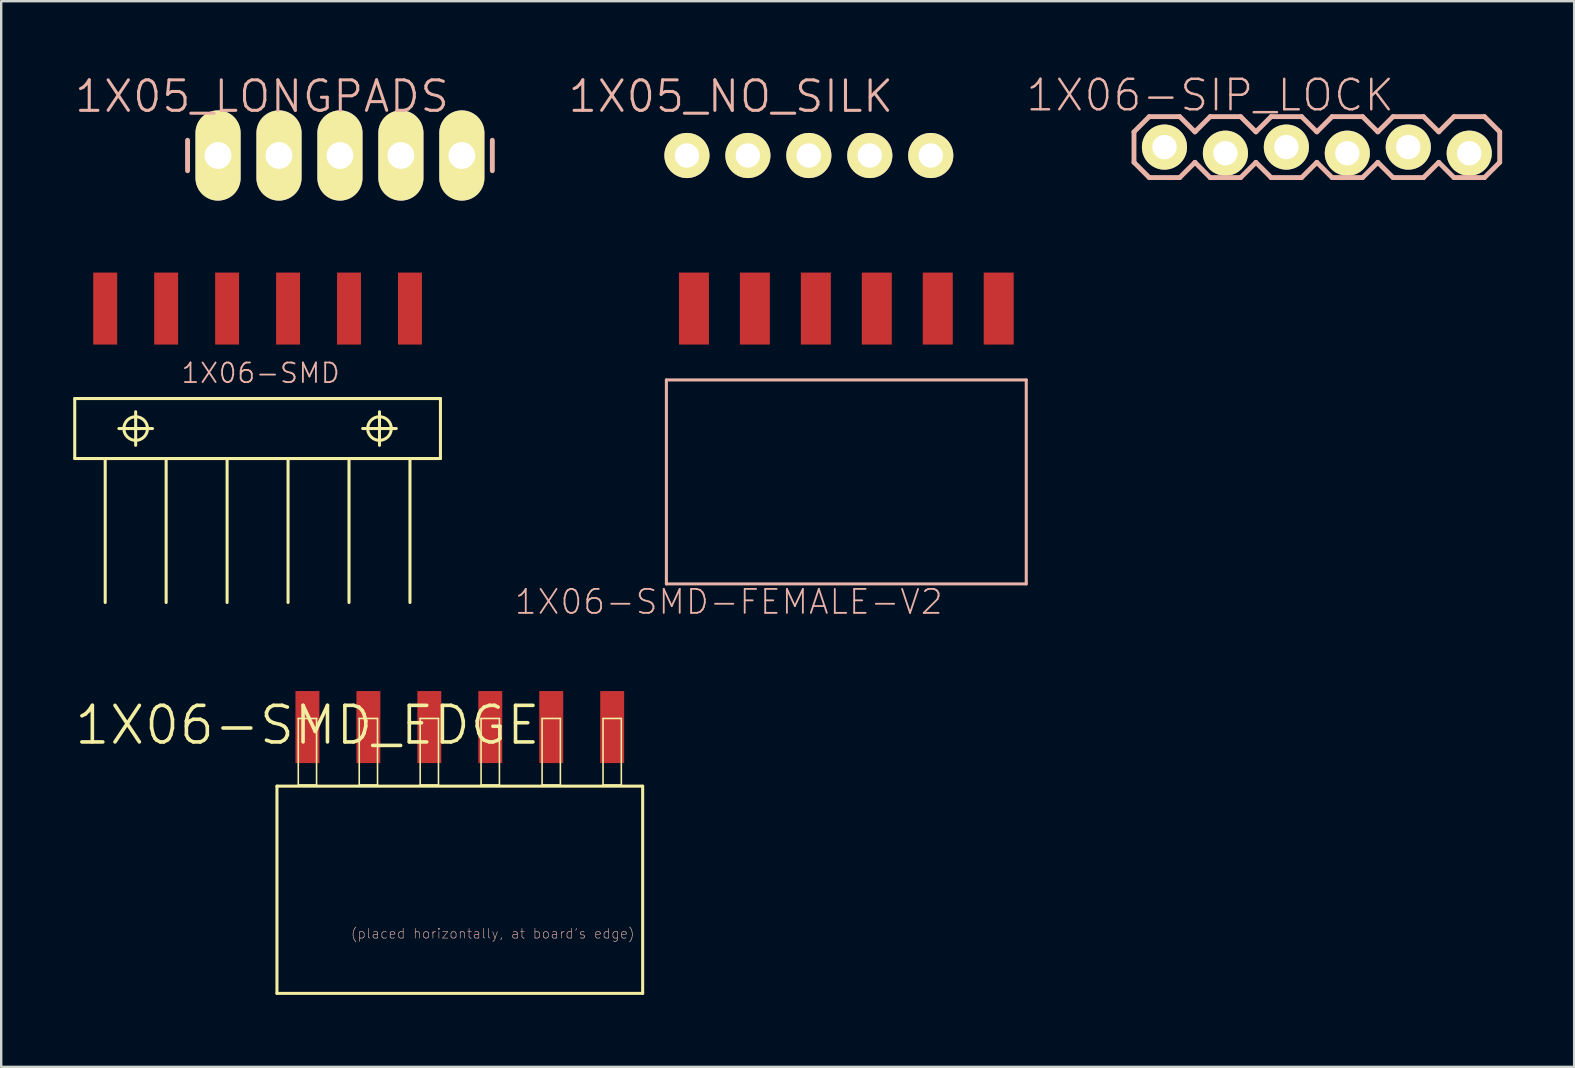
<source format=kicad_pcb>
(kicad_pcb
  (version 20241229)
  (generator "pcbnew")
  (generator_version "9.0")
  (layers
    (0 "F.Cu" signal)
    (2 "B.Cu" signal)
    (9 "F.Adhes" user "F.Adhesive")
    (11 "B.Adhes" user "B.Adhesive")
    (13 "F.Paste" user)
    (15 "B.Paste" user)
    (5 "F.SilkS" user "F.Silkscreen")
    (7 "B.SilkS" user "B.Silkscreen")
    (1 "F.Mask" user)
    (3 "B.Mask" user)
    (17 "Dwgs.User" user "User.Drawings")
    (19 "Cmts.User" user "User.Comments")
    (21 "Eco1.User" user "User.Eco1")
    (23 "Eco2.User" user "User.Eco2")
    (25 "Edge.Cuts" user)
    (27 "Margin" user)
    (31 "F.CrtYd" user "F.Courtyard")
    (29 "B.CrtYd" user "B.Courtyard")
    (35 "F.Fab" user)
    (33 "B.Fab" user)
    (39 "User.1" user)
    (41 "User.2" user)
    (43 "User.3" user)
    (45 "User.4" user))
  (footprint "1X05_NO_SILK"
    (layer "F.Cu")
    (at 25.576 3.43)
    (property "Reference" "1X05_NO_SILK" (at 1.829 -2.464 0) (layer "B.SilkS") (effects (font (size 1.27 1.27) (thickness 0.127))))
    (attr exclude_from_pos_files exclude_from_bom)
    (fp_line (start -0.254 -0.254) (end 0.254 -0.254) (stroke (width 0.066) (type solid)) (layer "F.SilkS"))
    (fp_line (start -0.254 0.254) (end -0.254 -0.254) (stroke (width 0.066) (type solid)) (layer "F.SilkS"))
    (fp_line (start -0.254 0.254) (end 0.254 0.254) (stroke (width 0.066) (type solid)) (layer "F.SilkS"))
    (fp_line (start 0.254 0.254) (end 0.254 -0.254) (stroke (width 0.066) (type solid)) (layer "F.SilkS"))
    (fp_line (start 2.286 -0.254) (end 2.794 -0.254) (stroke (width 0.066) (type solid)) (layer "F.SilkS"))
    (fp_line (start 2.286 0.254) (end 2.286 -0.254) (stroke (width 0.066) (type solid)) (layer "F.SilkS"))
    (fp_line (start 2.286 0.254) (end 2.794 0.254) (stroke (width 0.066) (type solid)) (layer "F.SilkS"))
    (fp_line (start 2.794 0.254) (end 2.794 -0.254) (stroke (width 0.066) (type solid)) (layer "F.SilkS"))
    (fp_line (start 4.826 -0.254) (end 5.334 -0.254) (stroke (width 0.066) (type solid)) (layer "F.SilkS"))
    (fp_line (start 4.826 0.254) (end 4.826 -0.254) (stroke (width 0.066) (type solid)) (layer "F.SilkS"))
    (fp_line (start 4.826 0.254) (end 5.334 0.254) (stroke (width 0.066) (type solid)) (layer "F.SilkS"))
    (fp_line (start 5.334 0.254) (end 5.334 -0.254) (stroke (width 0.066) (type solid)) (layer "F.SilkS"))
    (fp_line (start 7.366 -0.254) (end 7.874 -0.254) (stroke (width 0.066) (type solid)) (layer "F.SilkS"))
    (fp_line (start 7.366 0.254) (end 7.366 -0.254) (stroke (width 0.066) (type solid)) (layer "F.SilkS"))
    (fp_line (start 7.366 0.254) (end 7.874 0.254) (stroke (width 0.066) (type solid)) (layer "F.SilkS"))
    (fp_line (start 7.874 0.254) (end 7.874 -0.254) (stroke (width 0.066) (type solid)) (layer "F.SilkS"))
    (fp_line (start 9.906 -0.254) (end 10.414 -0.254) (stroke (width 0.066) (type solid)) (layer "F.SilkS"))
    (fp_line (start 9.906 0.254) (end 9.906 -0.254) (stroke (width 0.066) (type solid)) (layer "F.SilkS"))
    (fp_line (start 9.906 0.254) (end 10.414 0.254) (stroke (width 0.066) (type solid)) (layer "F.SilkS"))
    (fp_line (start 10.414 0.254) (end 10.414 -0.254) (stroke (width 0.066) (type solid)) (layer "F.SilkS"))
    (pad "1" thru_hole circle (at 0 0) (size 1.88 1.88) (drill 1.016) (layers "*.Cu" "F.Mask" "F.SilkS" "F.Paste"))
    (pad "2" thru_hole circle (at 2.54 0) (size 1.88 1.88) (drill 1.016) (layers "*.Cu" "F.Mask" "F.SilkS" "F.Paste"))
    (pad "3" thru_hole circle (at 5.08 0) (size 1.88 1.88) (drill 1.016) (layers "*.Cu" "F.Mask" "F.SilkS" "F.Paste"))
    (pad "4" thru_hole circle (at 7.62 0) (size 1.88 1.88) (drill 1.016) (layers "*.Cu" "F.Mask" "F.SilkS" "F.Paste"))
    (pad "5" thru_hole circle (at 10.16 0) (size 1.88 1.88) (drill 1.016) (layers "*.Cu" "F.Mask" "F.SilkS" "F.Paste")))
  (footprint "1X06-SMD"
    (layer "F.Cu")
    (at 7.684 14.808)
    (property "Reference" "1X06-SMD" (at 0.127 -2.311 0) (layer "B.SilkS") (effects (font (size 0.813 0.813) (thickness 0.076))))
    (attr smd)
    (fp_line (start -7.62 -1.25) (end -7.62 1.25) (stroke (width 0.127) (type solid)) (layer "F.SilkS"))
    (fp_line (start -7.62 1.25) (end -6.35 1.25) (stroke (width 0.127) (type solid)) (layer "F.SilkS"))
    (fp_line (start -6.35 1.25) (end -6.35 7.249) (stroke (width 0.127) (type solid)) (layer "F.SilkS"))
    (fp_line (start -6.35 1.25) (end -3.81 1.25) (stroke (width 0.127) (type solid)) (layer "F.SilkS"))
    (fp_line (start -5.779 0) (end -4.379 0) (stroke (width 0.127) (type solid)) (layer "F.SilkS"))
    (fp_line (start -5.08 0.699) (end -5.08 -0.699) (stroke (width 0.127) (type solid)) (layer "F.SilkS"))
    (fp_line (start -3.81 1.25) (end -3.81 7.249) (stroke (width 0.127) (type solid)) (layer "F.SilkS"))
    (fp_line (start -3.81 1.25) (end -1.27 1.25) (stroke (width 0.127) (type solid)) (layer "F.SilkS"))
    (fp_line (start -1.27 1.25) (end -1.27 7.249) (stroke (width 0.127) (type solid)) (layer "F.SilkS"))
    (fp_line (start -1.27 1.25) (end 1.27 1.25) (stroke (width 0.127) (type solid)) (layer "F.SilkS"))
    (fp_line (start 1.27 1.25) (end 1.27 7.249) (stroke (width 0.127) (type solid)) (layer "F.SilkS"))
    (fp_line (start 1.27 1.25) (end 3.81 1.25) (stroke (width 0.127) (type solid)) (layer "F.SilkS"))
    (fp_line (start 3.81 1.25) (end 3.81 7.249) (stroke (width 0.127) (type solid)) (layer "F.SilkS"))
    (fp_line (start 3.81 1.25) (end 6.35 1.25) (stroke (width 0.127) (type solid)) (layer "F.SilkS"))
    (fp_line (start 4.379 0) (end 5.779 0) (stroke (width 0.127) (type solid)) (layer "F.SilkS"))
    (fp_line (start 5.08 0.699) (end 5.08 -0.699) (stroke (width 0.127) (type solid)) (layer "F.SilkS"))
    (fp_line (start 6.35 1.25) (end 6.35 7.249) (stroke (width 0.127) (type solid)) (layer "F.SilkS"))
    (fp_line (start 6.35 1.25) (end 7.62 1.25) (stroke (width 0.127) (type solid)) (layer "F.SilkS"))
    (fp_line (start 7.62 -1.25) (end -7.62 -1.25) (stroke (width 0.127) (type solid)) (layer "F.SilkS"))
    (fp_line (start 7.62 1.25) (end 7.62 -1.25) (stroke (width 0.127) (type solid)) (layer "F.SilkS"))
    (fp_circle (center -5.08 0) (end -5.428 0.348) (stroke (width 0.127) (type solid)) (fill no) (layer "F.SilkS"))
    (fp_circle (center 5.08 0) (end 5.428 0.348) (stroke (width 0.127) (type solid)) (fill no) (layer "F.SilkS"))
    (pad "1" smd rect (at -6.35 -4.999 90) (size 3 0.998) (layers "F.Cu" "F.Mask" "F.Paste"))
    (pad "2" smd rect (at -3.81 -4.999 90) (size 3 0.998) (layers "F.Cu" "F.Mask" "F.Paste"))
    (pad "3" smd rect (at -1.27 -4.999 90) (size 3 0.998) (layers "F.Cu" "F.Mask" "F.Paste"))
    (pad "4" smd rect (at 1.27 -4.999 90) (size 3 0.998) (layers "F.Cu" "F.Mask" "F.Paste"))
    (pad "5" smd rect (at 3.81 -4.999 90) (size 3 0.998) (layers "F.Cu" "F.Mask" "F.Paste"))
    (pad "6" smd rect (at 6.35 -4.999 90) (size 3 0.998) (layers "F.Cu" "F.Mask" "F.Paste")))
  (footprint "1X06-SIP_LOCK"
    (layer "F.Cu")
    (at 45.476 3.08)
    (property "Reference" "1X06-SIP_LOCK" (at 1.905 -2.159 0) (layer "B.SilkS") (effects (font (size 1.27 1.27) (thickness 0.102))))
    (attr exclude_from_pos_files exclude_from_bom)
    (fp_line (start -0.292 -0.165) (end 0.292 -0.165) (stroke (width 0.066) (type solid)) (layer "F.SilkS"))
    (fp_line (start -0.292 0.419) (end -0.292 -0.165) (stroke (width 0.066) (type solid)) (layer "F.SilkS"))
    (fp_line (start -0.292 0.419) (end 0.292 0.419) (stroke (width 0.066) (type solid)) (layer "F.SilkS"))
    (fp_line (start 0.292 0.419) (end 0.292 -0.165) (stroke (width 0.066) (type solid)) (layer "F.SilkS"))
    (fp_line (start 2.248 -0.165) (end 2.832 -0.165) (stroke (width 0.066) (type solid)) (layer "F.SilkS"))
    (fp_line (start 2.248 0.419) (end 2.248 -0.165) (stroke (width 0.066) (type solid)) (layer "F.SilkS"))
    (fp_line (start 2.248 0.419) (end 2.832 0.419) (stroke (width 0.066) (type solid)) (layer "F.SilkS"))
    (fp_line (start 2.832 0.419) (end 2.832 -0.165) (stroke (width 0.066) (type solid)) (layer "F.SilkS"))
    (fp_line (start 4.788 -0.165) (end 5.372 -0.165) (stroke (width 0.066) (type solid)) (layer "F.SilkS"))
    (fp_line (start 4.788 0.419) (end 4.788 -0.165) (stroke (width 0.066) (type solid)) (layer "F.SilkS"))
    (fp_line (start 4.788 0.419) (end 5.372 0.419) (stroke (width 0.066) (type solid)) (layer "F.SilkS"))
    (fp_line (start 5.372 0.419) (end 5.372 -0.165) (stroke (width 0.066) (type solid)) (layer "F.SilkS"))
    (fp_line (start 7.328 -0.165) (end 7.912 -0.165) (stroke (width 0.066) (type solid)) (layer "F.SilkS"))
    (fp_line (start 7.328 0.419) (end 7.328 -0.165) (stroke (width 0.066) (type solid)) (layer "F.SilkS"))
    (fp_line (start 7.328 0.419) (end 7.912 0.419) (stroke (width 0.066) (type solid)) (layer "F.SilkS"))
    (fp_line (start 7.912 0.419) (end 7.912 -0.165) (stroke (width 0.066) (type solid)) (layer "F.SilkS"))
    (fp_line (start 9.868 -0.165) (end 10.452 -0.165) (stroke (width 0.066) (type solid)) (layer "F.SilkS"))
    (fp_line (start 9.868 0.419) (end 9.868 -0.165) (stroke (width 0.066) (type solid)) (layer "F.SilkS"))
    (fp_line (start 9.868 0.419) (end 10.452 0.419) (stroke (width 0.066) (type solid)) (layer "F.SilkS"))
    (fp_line (start 10.452 0.419) (end 10.452 -0.165) (stroke (width 0.066) (type solid)) (layer "F.SilkS"))
    (fp_line (start 12.408 -0.165) (end 12.992 -0.165) (stroke (width 0.066) (type solid)) (layer "F.SilkS"))
    (fp_line (start 12.408 0.419) (end 12.408 -0.165) (stroke (width 0.066) (type solid)) (layer "F.SilkS"))
    (fp_line (start 12.408 0.419) (end 12.992 0.419) (stroke (width 0.066) (type solid)) (layer "F.SilkS"))
    (fp_line (start 12.992 0.419) (end 12.992 -0.165) (stroke (width 0.066) (type solid)) (layer "F.SilkS"))
    (fp_line (start -1.27 -0.635) (end -1.27 0.635) (stroke (width 0.203) (type solid)) (layer "B.SilkS"))
    (fp_line (start -1.27 0.635) (end -0.635 1.27) (stroke (width 0.203) (type solid)) (layer "B.SilkS"))
    (fp_line (start -0.635 -1.27) (end -1.27 -0.635) (stroke (width 0.203) (type solid)) (layer "B.SilkS"))
    (fp_line (start -0.635 -1.27) (end 0.635 -1.27) (stroke (width 0.203) (type solid)) (layer "B.SilkS"))
    (fp_line (start 0.635 -1.27) (end 1.27 -0.635) (stroke (width 0.203) (type solid)) (layer "B.SilkS"))
    (fp_line (start 0.635 1.27) (end -0.635 1.27) (stroke (width 0.203) (type solid)) (layer "B.SilkS"))
    (fp_line (start 1.27 -0.635) (end 1.905 -1.27) (stroke (width 0.203) (type solid)) (layer "B.SilkS"))
    (fp_line (start 1.27 0.635) (end 0.635 1.27) (stroke (width 0.203) (type solid)) (layer "B.SilkS"))
    (fp_line (start 1.905 -1.27) (end 3.175 -1.27) (stroke (width 0.203) (type solid)) (layer "B.SilkS"))
    (fp_line (start 1.905 1.27) (end 1.27 0.635) (stroke (width 0.203) (type solid)) (layer "B.SilkS"))
    (fp_line (start 3.175 -1.27) (end 3.81 -0.635) (stroke (width 0.203) (type solid)) (layer "B.SilkS"))
    (fp_line (start 3.175 1.27) (end 1.905 1.27) (stroke (width 0.203) (type solid)) (layer "B.SilkS"))
    (fp_line (start 3.81 -0.635) (end 4.445 -1.27) (stroke (width 0.203) (type solid)) (layer "B.SilkS"))
    (fp_line (start 3.81 0.635) (end 3.175 1.27) (stroke (width 0.203) (type solid)) (layer "B.SilkS"))
    (fp_line (start 4.445 -1.27) (end 5.715 -1.27) (stroke (width 0.203) (type solid)) (layer "B.SilkS"))
    (fp_line (start 4.445 1.27) (end 3.81 0.635) (stroke (width 0.203) (type solid)) (layer "B.SilkS"))
    (fp_line (start 5.715 -1.27) (end 6.35 -0.635) (stroke (width 0.203) (type solid)) (layer "B.SilkS"))
    (fp_line (start 5.715 1.27) (end 4.445 1.27) (stroke (width 0.203) (type solid)) (layer "B.SilkS"))
    (fp_line (start 6.35 0.635) (end 5.715 1.27) (stroke (width 0.203) (type solid)) (layer "B.SilkS"))
    (fp_line (start 6.35 0.635) (end 6.985 1.27) (stroke (width 0.203) (type solid)) (layer "B.SilkS"))
    (fp_line (start 6.985 -1.27) (end 6.35 -0.635) (stroke (width 0.203) (type solid)) (layer "B.SilkS"))
    (fp_line (start 6.985 -1.27) (end 8.255 -1.27) (stroke (width 0.203) (type solid)) (layer "B.SilkS"))
    (fp_line (start 8.255 -1.27) (end 8.89 -0.635) (stroke (width 0.203) (type solid)) (layer "B.SilkS"))
    (fp_line (start 8.255 1.27) (end 6.985 1.27) (stroke (width 0.203) (type solid)) (layer "B.SilkS"))
    (fp_line (start 8.89 -0.635) (end 9.525 -1.27) (stroke (width 0.203) (type solid)) (layer "B.SilkS"))
    (fp_line (start 8.89 0.635) (end 8.255 1.27) (stroke (width 0.203) (type solid)) (layer "B.SilkS"))
    (fp_line (start 9.525 -1.27) (end 10.795 -1.27) (stroke (width 0.203) (type solid)) (layer "B.SilkS"))
    (fp_line (start 9.525 1.27) (end 8.89 0.635) (stroke (width 0.203) (type solid)) (layer "B.SilkS"))
    (fp_line (start 10.795 -1.27) (end 11.43 -0.635) (stroke (width 0.203) (type solid)) (layer "B.SilkS"))
    (fp_line (start 10.795 1.27) (end 9.525 1.27) (stroke (width 0.203) (type solid)) (layer "B.SilkS"))
    (fp_line (start 11.43 -0.635) (end 12.065 -1.27) (stroke (width 0.203) (type solid)) (layer "B.SilkS"))
    (fp_line (start 11.43 0.635) (end 10.795 1.27) (stroke (width 0.203) (type solid)) (layer "B.SilkS"))
    (fp_line (start 12.065 -1.27) (end 13.335 -1.27) (stroke (width 0.203) (type solid)) (layer "B.SilkS"))
    (fp_line (start 12.065 1.27) (end 11.43 0.635) (stroke (width 0.203) (type solid)) (layer "B.SilkS"))
    (fp_line (start 13.335 -1.27) (end 13.97 -0.635) (stroke (width 0.203) (type solid)) (layer "B.SilkS"))
    (fp_line (start 13.335 1.27) (end 12.065 1.27) (stroke (width 0.203) (type solid)) (layer "B.SilkS"))
    (fp_line (start 13.97 -0.635) (end 13.97 0.635) (stroke (width 0.203) (type solid)) (layer "B.SilkS"))
    (fp_line (start 13.97 0.635) (end 13.335 1.27) (stroke (width 0.203) (type solid)) (layer "B.SilkS"))
    (pad "1" thru_hole circle (at 0 0) (size 1.88 1.88) (drill 1.016) (layers "*.Cu" "F.Mask" "F.SilkS" "F.Paste"))
    (pad "2" thru_hole circle (at 2.54 0.254) (size 1.88 1.88) (drill 1.016) (layers "*.Cu" "F.Mask" "F.SilkS" "F.Paste"))
    (pad "3" thru_hole circle (at 5.08 0) (size 1.88 1.88) (drill 1.016) (layers "*.Cu" "F.Mask" "F.SilkS" "F.Paste"))
    (pad "4" thru_hole circle (at 7.62 0.254) (size 1.88 1.88) (drill 1.016) (layers "*.Cu" "F.Mask" "F.SilkS" "F.Paste"))
    (pad "5" thru_hole circle (at 10.16 0) (size 1.88 1.88) (drill 1.016) (layers "*.Cu" "F.Mask" "F.SilkS" "F.Paste"))
    (pad "6" thru_hole circle (at 12.7 0.254) (size 1.88 1.88) (drill 1.016) (layers "*.Cu" "F.Mask" "F.SilkS" "F.Paste")))
  (footprint "1X05_LONGPADS"
    (layer "F.Cu")
    (at 6.036 3.43)
    (property "Reference" "1X05_LONGPADS" (at 1.829 -2.464 0) (layer "B.SilkS") (effects (font (size 1.27 1.27) (thickness 0.127))))
    (attr exclude_from_pos_files exclude_from_bom)
    (fp_line (start -0.254 -0.254) (end 0.254 -0.254) (stroke (width 0.066) (type solid)) (layer "F.SilkS"))
    (fp_line (start -0.254 0.254) (end -0.254 -0.254) (stroke (width 0.066) (type solid)) (layer "F.SilkS"))
    (fp_line (start -0.254 0.254) (end 0.254 0.254) (stroke (width 0.066) (type solid)) (layer "F.SilkS"))
    (fp_line (start 0.254 0.254) (end 0.254 -0.254) (stroke (width 0.066) (type solid)) (layer "F.SilkS"))
    (fp_line (start 2.286 -0.254) (end 2.794 -0.254) (stroke (width 0.066) (type solid)) (layer "F.SilkS"))
    (fp_line (start 2.286 0.254) (end 2.286 -0.254) (stroke (width 0.066) (type solid)) (layer "F.SilkS"))
    (fp_line (start 2.286 0.254) (end 2.794 0.254) (stroke (width 0.066) (type solid)) (layer "F.SilkS"))
    (fp_line (start 2.794 0.254) (end 2.794 -0.254) (stroke (width 0.066) (type solid)) (layer "F.SilkS"))
    (fp_line (start 4.826 -0.254) (end 5.334 -0.254) (stroke (width 0.066) (type solid)) (layer "F.SilkS"))
    (fp_line (start 4.826 0.254) (end 4.826 -0.254) (stroke (width 0.066) (type solid)) (layer "F.SilkS"))
    (fp_line (start 4.826 0.254) (end 5.334 0.254) (stroke (width 0.066) (type solid)) (layer "F.SilkS"))
    (fp_line (start 5.334 0.254) (end 5.334 -0.254) (stroke (width 0.066) (type solid)) (layer "F.SilkS"))
    (fp_line (start 7.366 -0.254) (end 7.874 -0.254) (stroke (width 0.066) (type solid)) (layer "F.SilkS"))
    (fp_line (start 7.366 0.254) (end 7.366 -0.254) (stroke (width 0.066) (type solid)) (layer "F.SilkS"))
    (fp_line (start 7.366 0.254) (end 7.874 0.254) (stroke (width 0.066) (type solid)) (layer "F.SilkS"))
    (fp_line (start 7.874 0.254) (end 7.874 -0.254) (stroke (width 0.066) (type solid)) (layer "F.SilkS"))
    (fp_line (start 9.906 -0.254) (end 10.414 -0.254) (stroke (width 0.066) (type solid)) (layer "F.SilkS"))
    (fp_line (start 9.906 0.254) (end 9.906 -0.254) (stroke (width 0.066) (type solid)) (layer "F.SilkS"))
    (fp_line (start 9.906 0.254) (end 10.414 0.254) (stroke (width 0.066) (type solid)) (layer "F.SilkS"))
    (fp_line (start 10.414 0.254) (end 10.414 -0.254) (stroke (width 0.066) (type solid)) (layer "F.SilkS"))
    (fp_line (start -1.27 -0.635) (end -1.27 0.635) (stroke (width 0.203) (type solid)) (layer "B.SilkS"))
    (fp_line (start 11.43 -0.635) (end 11.43 0.635) (stroke (width 0.203) (type solid)) (layer "B.SilkS"))
    (pad "1" thru_hole oval (at 0 0 180) (size 1.88 3.759) (drill 1.118) (layers "*.Cu" "F.Mask" "F.SilkS" "F.Paste"))
    (pad "2" thru_hole oval (at 2.54 0 180) (size 1.88 3.759) (drill 1.118) (layers "*.Cu" "F.Mask" "F.SilkS" "F.Paste"))
    (pad "3" thru_hole oval (at 5.08 0 180) (size 1.88 3.759) (drill 1.118) (layers "*.Cu" "F.Mask" "F.SilkS" "F.Paste"))
    (pad "4" thru_hole oval (at 7.62 0 180) (size 1.88 3.759) (drill 1.118) (layers "*.Cu" "F.Mask" "F.SilkS" "F.Paste"))
    (pad "5" thru_hole oval (at 10.16 0 180) (size 1.88 3.759) (drill 1.118) (layers "*.Cu" "F.Mask" "F.SilkS" "F.Paste")))
  (footprint "1X06-SMD-FEMALE-V2"
    (layer "F.Cu")
    (at 32.218 13.233)
    (property "Reference" "1X06-SMD-FEMALE-V2" (at -4.9 8.799 0) (layer "B.SilkS") (effects (font (size 0.998 0.998) (thickness 0.076))))
    (attr smd)
    (fp_line (start -7.498 -0.45) (end -7.498 8.049) (stroke (width 0.127) (type solid)) (layer "B.SilkS"))
    (fp_line (start -7.498 8.049) (end 7.498 8.049) (stroke (width 0.127) (type solid)) (layer "B.SilkS"))
    (fp_line (start 7.498 -0.45) (end -7.498 -0.45) (stroke (width 0.127) (type solid)) (layer "B.SilkS"))
    (fp_line (start 7.498 8.049) (end 7.498 -0.45) (stroke (width 0.127) (type solid)) (layer "B.SilkS"))
    (pad "1" smd rect (at 6.35 -3.424 180) (size 1.25 3) (layers "F.Cu" "F.Mask" "F.Paste"))
    (pad "2" smd rect (at 3.81 -3.424 180) (size 1.25 3) (layers "F.Cu" "F.Mask" "F.Paste"))
    (pad "3" smd rect (at 1.27 -3.424 180) (size 1.25 3) (layers "F.Cu" "F.Mask" "F.Paste"))
    (pad "4" smd rect (at -1.27 -3.424 180) (size 1.25 3) (layers "F.Cu" "F.Mask" "F.Paste"))
    (pad "5" smd rect (at -3.81 -3.424 180) (size 1.25 3) (layers "F.Cu" "F.Mask" "F.Paste"))
    (pad "6" smd rect (at -6.35 -3.424 180) (size 1.25 3) (layers "F.Cu" "F.Mask" "F.Paste")))
  (footprint "1X06-SMD_EDGE"
    (layer "F.Cu")
    (at 9.761 27.17)
    (property "Reference" "1X06-SMD_EDGE" (at 0 0 0) (layer "F.SilkS") (effects (font (size 1.524 1.524) (thickness 0.15))))
    (attr smd)
    (fp_line (start -1.27 2.54) (end -1.27 11.176) (stroke (width 0.127) (type solid)) (layer "F.SilkS"))
    (fp_line (start -1.27 11.176) (end 13.97 11.176) (stroke (width 0.127) (type solid)) (layer "F.SilkS"))
    (fp_line (start -0.381 -0.279) (end 0.381 -0.279) (stroke (width 0.066) (type solid)) (layer "F.SilkS"))
    (fp_line (start -0.381 2.489) (end -0.381 -0.279) (stroke (width 0.066) (type solid)) (layer "F.SilkS"))
    (fp_line (start -0.381 2.489) (end 0.381 2.489) (stroke (width 0.066) (type solid)) (layer "F.SilkS"))
    (fp_line (start 0.381 2.489) (end 0.381 -0.279) (stroke (width 0.066) (type solid)) (layer "F.SilkS"))
    (fp_line (start 2.159 -0.279) (end 2.921 -0.279) (stroke (width 0.066) (type solid)) (layer "F.SilkS"))
    (fp_line (start 2.159 2.489) (end 2.159 -0.279) (stroke (width 0.066) (type solid)) (layer "F.SilkS"))
    (fp_line (start 2.159 2.489) (end 2.921 2.489) (stroke (width 0.066) (type solid)) (layer "F.SilkS"))
    (fp_line (start 2.921 2.489) (end 2.921 -0.279) (stroke (width 0.066) (type solid)) (layer "F.SilkS"))
    (fp_line (start 4.699 -0.279) (end 5.461 -0.279) (stroke (width 0.066) (type solid)) (layer "F.SilkS"))
    (fp_line (start 4.699 2.489) (end 4.699 -0.279) (stroke (width 0.066) (type solid)) (layer "F.SilkS"))
    (fp_line (start 4.699 2.489) (end 5.461 2.489) (stroke (width 0.066) (type solid)) (layer "F.SilkS"))
    (fp_line (start 5.461 2.489) (end 5.461 -0.279) (stroke (width 0.066) (type solid)) (layer "F.SilkS"))
    (fp_line (start 7.236 -0.279) (end 8.001 -0.279) (stroke (width 0.066) (type solid)) (layer "F.SilkS"))
    (fp_line (start 7.236 2.489) (end 7.236 -0.279) (stroke (width 0.066) (type solid)) (layer "F.SilkS"))
    (fp_line (start 7.236 2.489) (end 8.001 2.489) (stroke (width 0.066) (type solid)) (layer "F.SilkS"))
    (fp_line (start 8.001 2.489) (end 8.001 -0.279) (stroke (width 0.066) (type solid)) (layer "F.SilkS"))
    (fp_line (start 9.779 -0.279) (end 10.541 -0.279) (stroke (width 0.066) (type solid)) (layer "F.SilkS"))
    (fp_line (start 9.779 2.489) (end 9.779 -0.279) (stroke (width 0.066) (type solid)) (layer "F.SilkS"))
    (fp_line (start 9.779 2.489) (end 10.541 2.489) (stroke (width 0.066) (type solid)) (layer "F.SilkS"))
    (fp_line (start 10.541 2.489) (end 10.541 -0.279) (stroke (width 0.066) (type solid)) (layer "F.SilkS"))
    (fp_line (start 12.319 -0.279) (end 13.081 -0.279) (stroke (width 0.066) (type solid)) (layer "F.SilkS"))
    (fp_line (start 12.319 2.489) (end 12.319 -0.279) (stroke (width 0.066) (type solid)) (layer "F.SilkS"))
    (fp_line (start 12.319 2.489) (end 13.081 2.489) (stroke (width 0.066) (type solid)) (layer "F.SilkS"))
    (fp_line (start 13.081 2.489) (end 13.081 -0.279) (stroke (width 0.066) (type solid)) (layer "F.SilkS"))
    (fp_line (start 13.97 2.54) (end -1.27 2.54) (stroke (width 0.127) (type solid)) (layer "F.SilkS"))
    (fp_line (start 13.97 11.176) (end 13.97 2.54) (stroke (width 0.127) (type solid)) (layer "F.SilkS"))
    (fp_text user "(placed horizontally, at board's edge)" (at 7.722 8.687 0) (layer "B.SilkS") (effects (font (size 0.406 0.406) (thickness 0.025))))
    (pad "1" smd rect (at 0 0.079 90) (size 3 0.998) (layers "F.Cu" "F.Mask" "F.Paste"))
    (pad "2" smd rect (at 2.54 0.079 90) (size 3 0.998) (layers "F.Cu" "F.Mask" "F.Paste"))
    (pad "3" smd rect (at 5.08 0.079 90) (size 3 0.998) (layers "F.Cu" "F.Mask" "F.Paste"))
    (pad "4" smd rect (at 7.62 0.079 90) (size 3 0.998) (layers "F.Cu" "F.Mask" "F.Paste"))
    (pad "5" smd rect (at 10.16 0.079 90) (size 3 0.998) (layers "F.Cu" "F.Mask" "F.Paste"))
    (pad "6" smd rect (at 12.7 0.079 90) (size 3 0.998) (layers "F.Cu" "F.Mask" "F.Paste")))
  (gr_rect
    (start -3 -3)
    (end 62.548 41.41)
    (stroke (width 0.1) (type default))
    (fill no)
    (layer "Edge.Cuts")))
</source>
